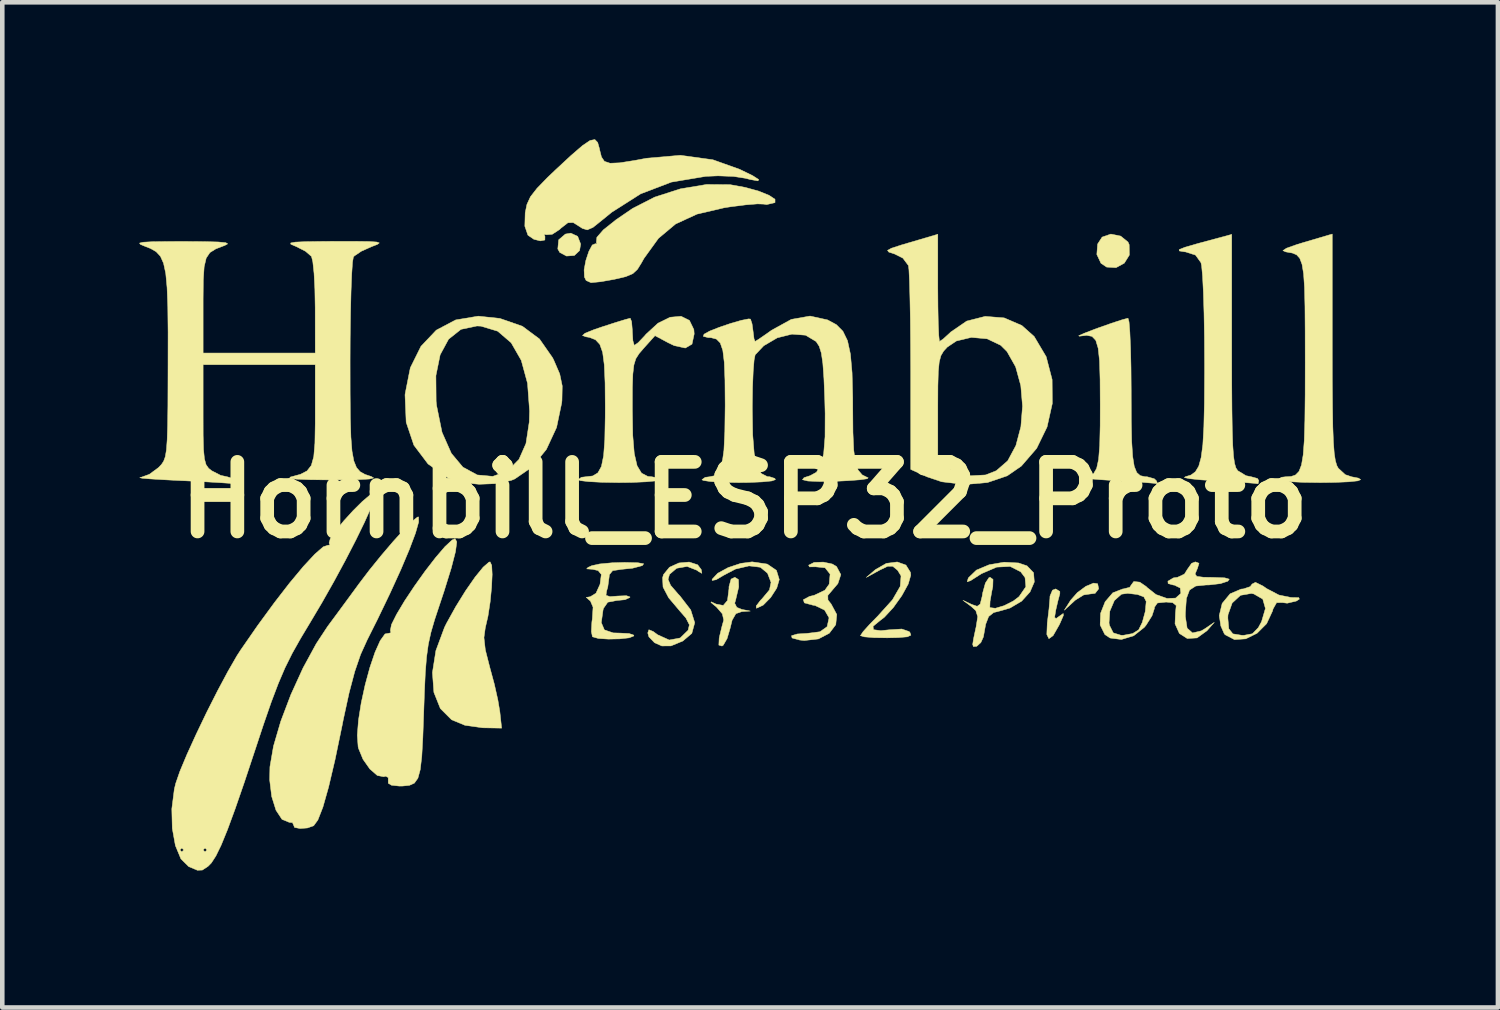
<source format=kicad_pcb>
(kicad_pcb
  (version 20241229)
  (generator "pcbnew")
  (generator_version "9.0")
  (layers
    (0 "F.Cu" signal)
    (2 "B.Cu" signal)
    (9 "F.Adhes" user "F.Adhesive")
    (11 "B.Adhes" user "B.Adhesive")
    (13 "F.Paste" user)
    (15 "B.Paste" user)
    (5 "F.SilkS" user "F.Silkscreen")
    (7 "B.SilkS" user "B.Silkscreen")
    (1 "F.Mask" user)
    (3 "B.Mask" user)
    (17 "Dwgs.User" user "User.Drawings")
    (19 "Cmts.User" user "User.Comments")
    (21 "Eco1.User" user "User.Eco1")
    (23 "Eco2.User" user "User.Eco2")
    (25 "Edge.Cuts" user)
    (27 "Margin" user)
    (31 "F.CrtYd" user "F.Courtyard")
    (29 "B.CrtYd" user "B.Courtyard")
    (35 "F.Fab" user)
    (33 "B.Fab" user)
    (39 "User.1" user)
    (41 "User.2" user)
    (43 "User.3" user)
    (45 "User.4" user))
  (footprint "Hornbill_ESP32_Proto"
    (layer "F.Cu")
    (at 13.25 7.897)
    (property "Reference" "Hornbill_ESP32_Proto" (at 0 0 0) (layer "F.SilkS") (effects (font (size 1.524 1.524) (thickness 0.3))))
    (attr through_hole)
    (fp_poly (pts (xy -3.652 -5.772) (xy -3.587 -5.604) (xy -3.61 -5.461) (xy -3.725 -5.353) (xy -3.896 -5.341) (xy -4.044 -5.419) (xy -4.087 -5.496) (xy -4.068 -5.697) (xy -3.921 -5.822) (xy -3.802 -5.842) (xy -3.652 -5.772)) (stroke (width 0.01) (type solid)) (fill yes) (layer "F.SilkS"))
    (fp_poly (pts (xy 7.733 1.834) (xy 7.755 1.945) (xy 7.678 2.044) (xy 7.566 2.058) (xy 7.426 2.079) (xy 7.246 2.191) (xy 7.222 2.212) (xy 7.003 2.413) (xy 7.143 2.193) (xy 7.29 2.026) (xy 7.475 1.89) (xy 7.643 1.82) (xy 7.733 1.834)) (stroke (width 0.01) (type solid)) (fill yes) (layer "F.SilkS"))
    (fp_poly (pts (xy 8.237 -5.778) (xy 8.397 -5.648) (xy 8.423 -5.591) (xy 8.427 -5.363) (xy 8.316 -5.185) (xy 8.135 -5.087) (xy 7.93 -5.099) (xy 7.806 -5.182) (xy 7.715 -5.376) (xy 7.732 -5.604) (xy 7.831 -5.756) (xy 8.022 -5.822) (xy 8.237 -5.778)) (stroke (width 0.01) (type solid)) (fill yes) (layer "F.SilkS"))
    (fp_poly (pts (xy 6.905 2.002) (xy 6.905 2.053) (xy 6.863 2.21) (xy 6.817 2.407) (xy 6.79 2.57) (xy 6.823 2.596) (xy 6.901 2.54) (xy 6.979 2.485) (xy 6.983 2.528) (xy 6.911 2.694) (xy 6.891 2.736) (xy 6.758 2.969) (xy 6.665 3.037) (xy 6.62 2.944) (xy 6.63 2.692) (xy 6.635 2.655) (xy 6.668 2.383) (xy 6.687 2.161) (xy 6.689 2.105) (xy 6.744 1.974) (xy 6.813 1.947) (xy 6.905 2.002)) (stroke (width 0.01) (type solid)) (fill yes) (layer "F.SilkS"))
    (fp_poly (pts (xy 0.498 1.403) (xy 0.7 1.541) (xy 0.762 1.742) (xy 0.707 1.929) (xy 0.574 2.135) (xy 0.41 2.302) (xy 0.262 2.371) (xy 0.262 2.371) (xy 0.257 2.32) (xy 0.353 2.195) (xy 0.385 2.163) (xy 0.547 1.969) (xy 0.582 1.804) (xy 0.505 1.604) (xy 0.505 1.603) (xy 0.348 1.473) (xy 0.1 1.443) (xy -0.196 1.512) (xy -0.449 1.645) (xy -0.622 1.746) (xy -0.708 1.762) (xy -0.708 1.736) (xy -0.586 1.605) (xy -0.357 1.48) (xy -0.081 1.388) (xy 0.167 1.355) (xy 0.498 1.403)) (stroke (width 0.01) (type solid)) (fill yes) (layer "F.SilkS"))
    (fp_poly (pts (xy -5.534 1.431) (xy -5.524 1.631) (xy -5.537 1.912) (xy -5.568 2.231) (xy -5.616 2.545) (xy -5.675 2.801) (xy -5.704 3.013) (xy -5.674 3.281) (xy -5.579 3.654) (xy -5.574 3.673) (xy -5.477 4.031) (xy -5.399 4.38) (xy -5.356 4.636) (xy -5.317 4.995) (xy -5.728 4.988) (xy -6.12 4.933) (xy -6.412 4.812) (xy -6.659 4.565) (xy -6.8 4.212) (xy -6.832 3.78) (xy -6.756 3.297) (xy -6.568 2.79) (xy -6.524 2.701) (xy -6.321 2.335) (xy -6.106 1.988) (xy -5.899 1.69) (xy -5.721 1.471) (xy -5.595 1.362) (xy -5.57 1.355) (xy -5.534 1.431)) (stroke (width 0.01) (type solid)) (fill yes) (layer "F.SilkS"))
    (fp_poly (pts (xy -0.131 1.743) (xy -0.126 1.904) (xy -0.195 2.196) (xy -0.214 2.26) (xy -0.168 2.351) (xy -0.059 2.396) (xy 0.127 2.432) (xy -0.059 2.444) (xy -0.188 2.489) (xy -0.27 2.631) (xy -0.314 2.809) (xy -0.381 3.035) (xy -0.464 3.179) (xy -0.492 3.198) (xy -0.561 3.177) (xy -0.554 3.027) (xy -0.547 2.993) (xy -0.494 2.772) (xy -0.454 2.628) (xy -0.485 2.492) (xy -0.61 2.347) (xy -0.734 2.243) (xy -0.728 2.23) (xy -0.622 2.279) (xy -0.464 2.309) (xy -0.372 2.2) (xy -0.339 1.942) (xy -0.339 1.898) (xy -0.293 1.732) (xy -0.21 1.693) (xy -0.131 1.743)) (stroke (width 0.01) (type solid)) (fill yes) (layer "F.SilkS"))
    (fp_poly (pts (xy -1.025 1.419) (xy -0.946 1.524) (xy -0.933 1.606) (xy -1.008 1.564) (xy -1.04 1.539) (xy -1.255 1.455) (xy -1.485 1.495) (xy -1.641 1.628) (xy -1.673 1.738) (xy -1.617 1.869) (xy -1.451 2.061) (xy -1.416 2.097) (xy -1.177 2.407) (xy -1.089 2.687) (xy -1.153 2.921) (xy -1.35 3.088) (xy -1.61 3.195) (xy -1.809 3.196) (xy -1.968 3.126) (xy -2.092 2.997) (xy -2.117 2.911) (xy -2.093 2.841) (xy -1.999 2.879) (xy -1.9 2.952) (xy -1.647 3.066) (xy -1.407 3.021) (xy -1.234 2.852) (xy -1.206 2.733) (xy -1.282 2.584) (xy -1.41 2.437) (xy -1.66 2.141) (xy -1.783 1.907) (xy -1.793 1.703) (xy -1.772 1.632) (xy -1.642 1.473) (xy -1.436 1.379) (xy -1.211 1.359) (xy -1.025 1.419)) (stroke (width 0.01) (type solid)) (fill yes) (layer "F.SilkS"))
    (fp_poly (pts (xy 1.923 1.402) (xy 2.015 1.456) (xy 2.11 1.634) (xy 2.045 1.831) (xy 1.94 1.954) (xy 1.825 2.09) (xy 1.828 2.19) (xy 1.898 2.278) (xy 2.021 2.508) (xy 1.999 2.73) (xy 1.858 2.917) (xy 1.62 3.042) (xy 1.31 3.077) (xy 1.206 3.066) (xy 1.042 3.021) (xy 1.03 2.972) (xy 1.155 2.934) (xy 1.366 2.921) (xy 1.654 2.885) (xy 1.81 2.773) (xy 1.852 2.58) (xy 1.755 2.411) (xy 1.545 2.31) (xy 1.494 2.302) (xy 1.311 2.253) (xy 1.289 2.183) (xy 1.425 2.111) (xy 1.526 2.087) (xy 1.76 1.976) (xy 1.855 1.843) (xy 1.875 1.623) (xy 1.765 1.484) (xy 1.553 1.463) (xy 1.423 1.465) (xy 1.405 1.427) (xy 1.525 1.367) (xy 1.725 1.36) (xy 1.923 1.402)) (stroke (width 0.01) (type solid)) (fill yes) (layer "F.SilkS"))
    (fp_poly (pts (xy 3.535 1.425) (xy 3.635 1.586) (xy 3.641 1.647) (xy 3.586 1.839) (xy 3.446 2.093) (xy 3.26 2.354) (xy 3.063 2.567) (xy 2.963 2.644) (xy 2.815 2.766) (xy 2.825 2.84) (xy 2.985 2.861) (xy 3.162 2.843) (xy 3.445 2.825) (xy 3.605 2.881) (xy 3.623 2.9) (xy 3.644 2.96) (xy 3.566 2.996) (xy 3.363 3.013) (xy 3.128 3.018) (xy 2.837 3.014) (xy 2.627 2.997) (xy 2.54 2.971) (xy 2.54 2.969) (xy 2.596 2.885) (xy 2.741 2.723) (xy 2.916 2.545) (xy 3.24 2.186) (xy 3.41 1.892) (xy 3.428 1.662) (xy 3.354 1.54) (xy 3.247 1.452) (xy 3.138 1.45) (xy 2.959 1.536) (xy 2.939 1.547) (xy 2.667 1.696) (xy 2.867 1.525) (xy 3.106 1.388) (xy 3.344 1.357) (xy 3.535 1.425)) (stroke (width 0.01) (type solid)) (fill yes) (layer "F.SilkS"))
    (fp_poly (pts (xy -0.312 -6.904) (xy -0.309 -6.903) (xy 0.016 -6.844) (xy 0.31 -6.763) (xy 0.538 -6.671) (xy 0.669 -6.584) (xy 0.669 -6.513) (xy 0.663 -6.509) (xy 0.485 -6.468) (xy 0.423 -6.478) (xy 0.285 -6.483) (xy 0.027 -6.462) (xy -0.304 -6.42) (xy -0.444 -6.398) (xy -1.039 -6.259) (xy -1.508 -6.043) (xy -1.883 -5.729) (xy -2.198 -5.293) (xy -2.257 -5.189) (xy -2.343 -5.05) (xy -2.444 -4.956) (xy -2.6 -4.89) (xy -2.852 -4.831) (xy -3.146 -4.779) (xy -3.36 -4.758) (xy -3.467 -4.806) (xy -3.504 -4.882) (xy -3.511 -5.039) (xy -3.473 -5.244) (xy -3.407 -5.443) (xy -3.332 -5.583) (xy -3.263 -5.612) (xy -3.261 -5.61) (xy -3.227 -5.604) (xy -3.243 -5.639) (xy -3.232 -5.751) (xy -3.091 -5.913) (xy -2.813 -6.135) (xy -2.45 -6.383) (xy -1.966 -6.631) (xy -1.404 -6.812) (xy -0.83 -6.908) (xy -0.312 -6.904)) (stroke (width 0.01) (type solid)) (fill yes) (layer "F.SilkS"))
    (fp_poly (pts (xy -7.134 0.483) (xy -7.203 0.726) (xy -7.336 1.079) (xy -7.523 1.523) (xy -7.759 2.04) (xy -8.033 2.61) (xy -8.261 3.065) (xy -8.405 3.383) (xy -8.533 3.756) (xy -8.656 4.22) (xy -8.784 4.809) (xy -8.807 4.927) (xy -8.965 5.689) (xy -9.106 6.287) (xy -9.23 6.725) (xy -9.34 7.006) (xy -9.432 7.132) (xy -9.569 7.181) (xy -9.73 7.193) (xy -9.851 7.17) (xy -9.87 7.122) (xy -9.896 7.064) (xy -9.967 7.058) (xy -10.125 6.993) (xy -10.257 6.793) (xy -10.351 6.493) (xy -10.396 6.127) (xy -10.39 5.843) (xy -10.312 5.39) (xy -10.153 4.847) (xy -9.931 4.261) (xy -9.665 3.678) (xy -9.375 3.145) (xy -9.126 2.767) (xy -8.932 2.505) (xy -8.69 2.176) (xy -8.453 1.853) (xy -8.453 1.852) (xy -8.212 1.535) (xy -7.95 1.212) (xy -7.692 0.909) (xy -7.458 0.651) (xy -7.273 0.464) (xy -7.159 0.374) (xy -7.136 0.371) (xy -7.134 0.483)) (stroke (width 0.01) (type solid)) (fill yes) (layer "F.SilkS"))
    (fp_poly (pts (xy 11.353 1.884) (xy 11.431 1.939) (xy 11.702 2.081) (xy 11.966 2.135) (xy 11.973 2.135) (xy 12.136 2.138) (xy 12.149 2.17) (xy 12.084 2.212) (xy 11.883 2.26) (xy 11.777 2.246) (xy 11.65 2.249) (xy 11.574 2.384) (xy 11.561 2.432) (xy 11.432 2.709) (xy 11.223 2.918) (xy 10.976 3.04) (xy 10.729 3.057) (xy 10.524 2.95) (xy 10.504 2.927) (xy 10.43 2.759) (xy 10.403 2.581) (xy 10.583 2.581) (xy 10.604 2.818) (xy 10.693 2.931) (xy 10.891 2.963) (xy 10.937 2.963) (xy 11.12 2.929) (xy 11.251 2.795) (xy 11.322 2.662) (xy 11.406 2.375) (xy 11.348 2.17) (xy 11.152 2.057) (xy 11.097 2.046) (xy 10.861 2.087) (xy 10.678 2.256) (xy 10.587 2.512) (xy 10.583 2.581) (xy 10.403 2.581) (xy 10.395 2.532) (xy 10.459 2.265) (xy 10.633 2.054) (xy 10.874 1.951) (xy 10.924 1.947) (xy 11.073 1.897) (xy 11.114 1.841) (xy 11.188 1.803) (xy 11.353 1.884)) (stroke (width 0.01) (type solid)) (fill yes) (layer "F.SilkS"))
    (fp_poly (pts (xy 12.869 -3.353) (xy 12.87 -2.624) (xy 12.875 -2.045) (xy 12.882 -1.597) (xy 12.895 -1.263) (xy 12.913 -1.023) (xy 12.938 -0.859) (xy 12.971 -0.751) (xy 13.001 -0.696) (xy 13.155 -0.554) (xy 13.292 -0.508) (xy 13.445 -0.478) (xy 13.491 -0.445) (xy 13.429 -0.419) (xy 13.229 -0.398) (xy 12.926 -0.385) (xy 12.607 -0.381) (xy 12.235 -0.386) (xy 11.934 -0.401) (xy 11.74 -0.423) (xy 11.684 -0.445) (xy 11.755 -0.497) (xy 11.847 -0.508) (xy 11.97 -0.515) (xy 12.067 -0.549) (xy 12.142 -0.627) (xy 12.196 -0.767) (xy 12.233 -0.987) (xy 12.257 -1.306) (xy 12.27 -1.74) (xy 12.276 -2.309) (xy 12.277 -3.001) (xy 12.276 -3.696) (xy 12.272 -4.24) (xy 12.262 -4.653) (xy 12.242 -4.953) (xy 12.208 -5.16) (xy 12.158 -5.292) (xy 12.089 -5.368) (xy 11.996 -5.407) (xy 11.877 -5.428) (xy 11.853 -5.432) (xy 11.789 -5.46) (xy 11.868 -5.513) (xy 12.1 -5.595) (xy 12.255 -5.642) (xy 12.869 -5.823) (xy 12.869 -3.353)) (stroke (width 0.01) (type solid)) (fill yes) (layer "F.SilkS"))
    (fp_poly (pts (xy 10.668 -3.295) (xy 10.669 -2.562) (xy 10.673 -1.981) (xy 10.68 -1.532) (xy 10.691 -1.198) (xy 10.708 -0.96) (xy 10.731 -0.8) (xy 10.761 -0.701) (xy 10.8 -0.642) (xy 10.801 -0.641) (xy 10.981 -0.532) (xy 11.097 -0.508) (xy 11.232 -0.471) (xy 11.261 -0.423) (xy 11.245 -0.354) (xy 11.239 -0.355) (xy 11.152 -0.366) (xy 10.931 -0.383) (xy 10.613 -0.403) (xy 10.329 -0.419) (xy 9.991 -0.441) (xy 9.75 -0.466) (xy 9.633 -0.49) (xy 9.65 -0.508) (xy 9.774 -0.546) (xy 9.872 -0.617) (xy 9.946 -0.739) (xy 9.999 -0.931) (xy 10.036 -1.212) (xy 10.058 -1.601) (xy 10.07 -2.116) (xy 10.074 -2.778) (xy 10.074 -2.979) (xy 10.071 -3.557) (xy 10.062 -4.087) (xy 10.048 -4.544) (xy 10.03 -4.901) (xy 10.009 -5.131) (xy 9.995 -5.196) (xy 9.876 -5.362) (xy 9.656 -5.432) (xy 9.635 -5.434) (xy 9.52 -5.453) (xy 9.518 -5.483) (xy 9.646 -5.534) (xy 9.919 -5.613) (xy 10.012 -5.638) (xy 10.668 -5.815) (xy 10.668 -3.295)) (stroke (width 0.01) (type solid)) (fill yes) (layer "F.SilkS"))
    (fp_poly (pts (xy 8.42 -3.899) (xy 8.438 -3.675) (xy 8.453 -3.333) (xy 8.463 -2.9) (xy 8.467 -2.4) (xy 8.467 -2.345) (xy 8.469 -1.741) (xy 8.478 -1.285) (xy 8.499 -0.956) (xy 8.534 -0.736) (xy 8.589 -0.601) (xy 8.666 -0.533) (xy 8.771 -0.509) (xy 8.817 -0.508) (xy 8.972 -0.465) (xy 9.017 -0.423) (xy 9.049 -0.355) (xy 9.043 -0.355) (xy 8.953 -0.367) (xy 8.73 -0.385) (xy 8.411 -0.406) (xy 8.128 -0.423) (xy 7.785 -0.445) (xy 7.536 -0.466) (xy 7.408 -0.483) (xy 7.413 -0.491) (xy 7.546 -0.516) (xy 7.643 -0.575) (xy 7.711 -0.693) (xy 7.754 -0.891) (xy 7.778 -1.194) (xy 7.788 -1.625) (xy 7.789 -2.087) (xy 7.786 -2.64) (xy 7.774 -3.045) (xy 7.744 -3.323) (xy 7.692 -3.495) (xy 7.61 -3.582) (xy 7.493 -3.605) (xy 7.333 -3.586) (xy 7.333 -3.586) (xy 7.318 -3.596) (xy 7.438 -3.65) (xy 7.669 -3.739) (xy 7.742 -3.766) (xy 8.037 -3.87) (xy 8.269 -3.946) (xy 8.393 -3.979) (xy 8.398 -3.979) (xy 8.42 -3.899)) (stroke (width 0.01) (type solid)) (fill yes) (layer "F.SilkS"))
    (fp_poly (pts (xy -6.299 0.917) (xy -6.327 1.131) (xy -6.42 1.491) (xy -6.578 2.001) (xy -6.673 2.286) (xy -6.784 2.621) (xy -6.865 2.899) (xy -6.922 3.159) (xy -6.961 3.442) (xy -6.988 3.785) (xy -7.008 4.229) (xy -7.022 4.639) (xy -7.042 5.2) (xy -7.065 5.614) (xy -7.099 5.904) (xy -7.15 6.091) (xy -7.227 6.199) (xy -7.336 6.248) (xy -7.485 6.263) (xy -7.556 6.264) (xy -7.729 6.245) (xy -7.799 6.202) (xy -7.8 6.078) (xy -7.853 6.047) (xy -7.9 6.059) (xy -8.039 6.032) (xy -8.202 5.89) (xy -8.352 5.677) (xy -8.451 5.437) (xy -8.459 5.403) (xy -8.477 5.152) (xy -8.451 4.821) (xy -8.391 4.442) (xy -8.305 4.047) (xy -8.202 3.668) (xy -8.089 3.334) (xy -7.975 3.079) (xy -7.87 2.933) (xy -7.792 2.919) (xy -7.741 2.908) (xy -7.753 2.852) (xy -7.728 2.726) (xy -7.616 2.502) (xy -7.442 2.211) (xy -7.226 1.886) (xy -6.992 1.558) (xy -6.761 1.259) (xy -6.557 1.021) (xy -6.401 0.876) (xy -6.336 0.847) (xy -6.299 0.917)) (stroke (width 0.01) (type solid)) (fill yes) (layer "F.SilkS"))
    (fp_poly (pts (xy -3.214 -7.828) (xy -3.175 -7.691) (xy -3.17 -7.663) (xy -3.131 -7.509) (xy -3.066 -7.414) (xy -2.942 -7.373) (xy -2.732 -7.382) (xy -2.403 -7.434) (xy -2.146 -7.482) (xy -1.403 -7.547) (xy -0.691 -7.449) (xy -0.106 -7.24) (xy 0.178 -7.102) (xy 0.312 -7.016) (xy 0.296 -6.987) (xy 0.125 -7.017) (xy 0.021 -7.044) (xy -0.237 -7.084) (xy -0.578 -7.097) (xy -0.847 -7.086) (xy -1.6 -6.96) (xy -2.273 -6.703) (xy -2.905 -6.301) (xy -3.121 -6.125) (xy -3.317 -5.968) (xy -3.442 -5.914) (xy -3.549 -5.946) (xy -3.595 -5.977) (xy -3.75 -6.074) (xy -3.866 -6.07) (xy -4.014 -5.955) (xy -4.049 -5.922) (xy -4.21 -5.817) (xy -4.332 -5.808) (xy -4.389 -5.817) (xy -4.368 -5.77) (xy -4.37 -5.692) (xy -4.47 -5.673) (xy -4.611 -5.708) (xy -4.736 -5.794) (xy -4.742 -5.8) (xy -4.809 -5.995) (xy -4.801 -6.287) (xy -4.763 -6.472) (xy -4.686 -6.639) (xy -4.543 -6.823) (xy -4.311 -7.062) (xy -4.144 -7.221) (xy -3.795 -7.545) (xy -3.547 -7.759) (xy -3.381 -7.871) (xy -3.276 -7.892) (xy -3.214 -7.828)) (stroke (width 0.01) (type solid)) (fill yes) (layer "F.SilkS"))
    (fp_poly (pts (xy -2.335 1.374) (xy -2.207 1.397) (xy -2.236 1.436) (xy -2.244 1.439) (xy -2.451 1.494) (xy -2.688 1.518) (xy -2.886 1.547) (xy -2.959 1.637) (xy -2.963 1.686) (xy -2.993 1.907) (xy -3.019 1.994) (xy -3.032 2.087) (xy -2.945 2.116) (xy -2.771 2.103) (xy -2.585 2.096) (xy -2.506 2.123) (xy -2.509 2.134) (xy -2.614 2.183) (xy -2.797 2.201) (xy -2.993 2.238) (xy -3.087 2.373) (xy -3.096 2.406) (xy -3.135 2.685) (xy -3.067 2.845) (xy -2.873 2.91) (xy -2.732 2.914) (xy -2.526 2.924) (xy -2.423 2.959) (xy -2.422 2.977) (xy -2.525 3.018) (xy -2.733 3.041) (xy -2.978 3.046) (xy -3.198 3.032) (xy -3.325 2.996) (xy -3.329 2.993) (xy -3.352 2.881) (xy -3.341 2.672) (xy -3.331 2.603) (xy -3.315 2.347) (xy -3.374 2.21) (xy -3.396 2.194) (xy -3.464 2.133) (xy -3.375 2.118) (xy -3.251 2.041) (xy -3.162 1.845) (xy -3.134 1.63) (xy -3.205 1.545) (xy -3.323 1.518) (xy -3.455 1.508) (xy -3.424 1.475) (xy -3.344 1.439) (xy -3.173 1.401) (xy -2.897 1.375) (xy -2.625 1.367) (xy -2.335 1.374)) (stroke (width 0.01) (type solid)) (fill yes) (layer "F.SilkS"))
    (fp_poly (pts (xy -5.355 -3.975) (xy -4.863 -3.804) (xy -4.488 -3.525) (xy -4.202 -3.115) (xy -4.177 -3.066) (xy -4.045 -2.76) (xy -3.99 -2.497) (xy -3.996 -2.183) (xy -4.001 -2.129) (xy -4.114 -1.588) (xy -4.337 -1.108) (xy -4.649 -0.722) (xy -5.029 -0.461) (xy -5.107 -0.429) (xy -5.425 -0.359) (xy -5.81 -0.344) (xy -6.184 -0.381) (xy -6.473 -0.47) (xy -6.477 -0.472) (xy -6.928 -0.789) (xy -7.238 -1.2) (xy -7.407 -1.702) (xy -7.432 -2.296) (xy -7.43 -2.321) (xy -7.351 -2.722) (xy -6.756 -2.722) (xy -6.751 -2.162) (xy -6.741 -2.067) (xy -6.622 -1.482) (xy -6.418 -1.021) (xy -6.165 -0.719) (xy -5.85 -0.548) (xy -5.511 -0.517) (xy -5.198 -0.63) (xy -5.183 -0.64) (xy -4.938 -0.888) (xy -4.784 -1.236) (xy -4.712 -1.707) (xy -4.705 -1.947) (xy -4.75 -2.555) (xy -4.887 -3.057) (xy -5.108 -3.442) (xy -5.404 -3.696) (xy -5.769 -3.806) (xy -5.857 -3.81) (xy -6.207 -3.736) (xy -6.478 -3.521) (xy -6.663 -3.179) (xy -6.756 -2.722) (xy -7.351 -2.722) (xy -7.316 -2.895) (xy -7.083 -3.365) (xy -6.748 -3.718) (xy -6.324 -3.942) (xy -5.828 -4.025) (xy -5.355 -3.975)) (stroke (width 0.01) (type solid)) (fill yes) (layer "F.SilkS"))
    (fp_poly (pts (xy 6 1.379) (xy 6.186 1.442) (xy 6.33 1.593) (xy 6.346 1.795) (xy 6.252 2.013) (xy 6.069 2.215) (xy 5.815 2.365) (xy 5.639 2.417) (xy 5.455 2.465) (xy 5.346 2.552) (xy 5.281 2.721) (xy 5.231 2.999) (xy 5.176 3.121) (xy 5.085 3.204) (xy 5.011 3.209) (xy 4.997 3.161) (xy 5.016 3.038) (xy 5.061 2.826) (xy 5.072 2.777) (xy 5.107 2.555) (xy 5.065 2.422) (xy 4.964 2.33) (xy 4.784 2.196) (xy 4.973 2.286) (xy 5.095 2.328) (xy 5.161 2.28) (xy 5.205 2.106) (xy 5.216 2.034) (xy 5.275 1.819) (xy 5.353 1.701) (xy 5.378 1.693) (xy 5.442 1.739) (xy 5.437 1.897) (xy 5.414 2.008) (xy 5.377 2.219) (xy 5.372 2.346) (xy 5.377 2.357) (xy 5.493 2.371) (xy 5.685 2.314) (xy 5.888 2.211) (xy 6.013 2.115) (xy 6.161 1.899) (xy 6.143 1.699) (xy 6.048 1.572) (xy 5.818 1.455) (xy 5.521 1.47) (xy 5.19 1.613) (xy 5.132 1.65) (xy 4.948 1.768) (xy 4.877 1.79) (xy 4.897 1.72) (xy 4.906 1.701) (xy 5.079 1.535) (xy 5.358 1.418) (xy 5.685 1.362) (xy 6 1.379)) (stroke (width 0.01) (type solid)) (fill yes) (layer "F.SilkS"))
    (fp_poly (pts (xy -1.205 -3.932) (xy -1.108 -3.731) (xy -1.101 -3.635) (xy -1.149 -3.412) (xy -1.295 -3.327) (xy -1.538 -3.38) (xy -1.662 -3.439) (xy -1.959 -3.598) (xy -2.207 -3.322) (xy -2.309 -3.203) (xy -2.379 -3.093) (xy -2.421 -2.956) (xy -2.444 -2.759) (xy -2.454 -2.466) (xy -2.455 -2.044) (xy -2.455 -1.965) (xy -2.446 -1.417) (xy -2.413 -1.018) (xy -2.351 -0.749) (xy -2.254 -0.588) (xy -2.116 -0.516) (xy -2.027 -0.508) (xy -1.892 -0.481) (xy -1.863 -0.445) (xy -1.941 -0.418) (xy -2.155 -0.398) (xy -2.467 -0.384) (xy -2.752 -0.381) (xy -3.117 -0.387) (xy -3.409 -0.402) (xy -3.594 -0.424) (xy -3.641 -0.445) (xy -3.57 -0.497) (xy -3.477 -0.508) (xy -3.323 -0.526) (xy -3.21 -0.594) (xy -3.132 -0.734) (xy -3.084 -0.969) (xy -3.058 -1.321) (xy -3.049 -1.811) (xy -3.048 -2.022) (xy -3.052 -2.562) (xy -3.069 -2.957) (xy -3.105 -3.231) (xy -3.167 -3.407) (xy -3.261 -3.508) (xy -3.393 -3.56) (xy -3.471 -3.573) (xy -3.546 -3.601) (xy -3.492 -3.65) (xy -3.294 -3.73) (xy -3.115 -3.791) (xy -2.828 -3.884) (xy -2.609 -3.951) (xy -2.503 -3.979) (xy -2.501 -3.979) (xy -2.471 -3.905) (xy -2.456 -3.722) (xy -2.455 -3.683) (xy -2.443 -3.487) (xy -2.414 -3.389) (xy -2.408 -3.387) (xy -2.327 -3.445) (xy -2.189 -3.59) (xy -2.155 -3.63) (xy -1.894 -3.87) (xy -1.628 -4.001) (xy -1.388 -4.022) (xy -1.205 -3.932)) (stroke (width 0.01) (type solid)) (fill yes) (layer "F.SilkS"))
    (fp_poly (pts (xy 4.233 -4.645) (xy 4.236 -4.221) (xy 4.243 -3.865) (xy 4.254 -3.608) (xy 4.267 -3.48) (xy 4.272 -3.471) (xy 4.351 -3.525) (xy 4.495 -3.656) (xy 4.516 -3.677) (xy 4.866 -3.917) (xy 5.271 -4.02) (xy 5.686 -3.987) (xy 6.072 -3.821) (xy 6.343 -3.58) (xy 6.606 -3.137) (xy 6.736 -2.636) (xy 6.74 -2.112) (xy 6.625 -1.598) (xy 6.397 -1.13) (xy 6.063 -0.743) (xy 5.753 -0.529) (xy 5.32 -0.382) (xy 4.819 -0.338) (xy 4.318 -0.399) (xy 4 -0.506) (xy 3.641 -0.669) (xy 3.64 -1.992) (xy 4.233 -1.992) (xy 4.233 -0.844) (xy 4.508 -0.676) (xy 4.891 -0.527) (xy 5.278 -0.548) (xy 5.514 -0.641) (xy 5.764 -0.858) (xy 5.943 -1.192) (xy 6.052 -1.604) (xy 6.088 -2.054) (xy 6.05 -2.504) (xy 5.937 -2.916) (xy 5.748 -3.25) (xy 5.611 -3.387) (xy 5.313 -3.529) (xy 4.968 -3.56) (xy 4.641 -3.482) (xy 4.441 -3.348) (xy 4.358 -3.257) (xy 4.3 -3.158) (xy 4.264 -3.02) (xy 4.244 -2.811) (xy 4.235 -2.5) (xy 4.233 -2.055) (xy 4.233 -1.992) (xy 3.64 -1.992) (xy 3.64 -2.811) (xy 3.637 -3.405) (xy 3.632 -3.951) (xy 3.623 -4.422) (xy 3.613 -4.794) (xy 3.601 -5.042) (xy 3.59 -5.133) (xy 3.468 -5.296) (xy 3.283 -5.388) (xy 3.16 -5.428) (xy 3.132 -5.465) (xy 3.217 -5.512) (xy 3.435 -5.583) (xy 3.629 -5.64) (xy 4.233 -5.818) (xy 4.233 -4.645)) (stroke (width 0.01) (type solid)) (fill yes) (layer "F.SilkS"))
    (fp_poly (pts (xy -8.084 -0.154) (xy -8.094 -0.054) (xy -8.176 0.168) (xy -8.319 0.487) (xy -8.51 0.879) (xy -8.737 1.319) (xy -8.988 1.783) (xy -9.25 2.246) (xy -9.5 2.667) (xy -9.722 3.037) (xy -9.904 3.361) (xy -10.061 3.677) (xy -10.207 4.019) (xy -10.36 4.422) (xy -10.533 4.922) (xy -10.707 5.448) (xy -10.95 6.18) (xy -11.152 6.764) (xy -11.319 7.218) (xy -11.457 7.556) (xy -11.573 7.794) (xy -11.673 7.948) (xy -11.746 8.022) (xy -11.87 8.103) (xy -11.978 8.107) (xy -12.151 8.034) (xy -12.171 8.025) (xy -12.339 7.858) (xy -12.42 7.662) (xy -12.361 7.662) (xy -12.319 7.705) (xy -12.277 7.662) (xy -11.853 7.662) (xy -11.811 7.705) (xy -11.769 7.662) (xy -11.811 7.62) (xy -11.853 7.662) (xy -12.277 7.662) (xy -12.319 7.62) (xy -12.361 7.662) (xy -12.42 7.662) (xy -12.46 7.566) (xy -12.528 7.188) (xy -12.538 6.763) (xy -12.483 6.331) (xy -12.453 6.206) (xy -12.362 5.943) (xy -12.206 5.57) (xy -12.004 5.127) (xy -11.776 4.651) (xy -11.538 4.181) (xy -11.311 3.756) (xy -11.113 3.412) (xy -11.033 3.288) (xy -10.66 2.75) (xy -10.297 2.254) (xy -9.959 1.817) (xy -9.658 1.456) (xy -9.408 1.187) (xy -9.224 1.026) (xy -9.118 0.99) (xy -9.116 0.991) (xy -9.075 0.986) (xy -9.095 0.942) (xy -9.068 0.846) (xy -8.95 0.673) (xy -8.773 0.457) (xy -8.568 0.232) (xy -8.366 0.032) (xy -8.198 -0.11) (xy -8.095 -0.159) (xy -8.084 -0.154)) (stroke (width 0.01) (type solid)) (fill yes) (layer "F.SilkS"))
    (fp_poly (pts (xy 9.952 1.385) (xy 9.916 1.504) (xy 9.906 1.524) (xy 9.866 1.622) (xy 9.904 1.673) (xy 10.053 1.692) (xy 10.263 1.695) (xy 10.517 1.705) (xy 10.615 1.734) (xy 10.583 1.778) (xy 10.421 1.831) (xy 10.175 1.86) (xy 10.106 1.861) (xy 9.881 1.884) (xy 9.745 1.971) (xy 9.676 2.155) (xy 9.654 2.468) (xy 9.653 2.552) (xy 9.692 2.806) (xy 9.81 2.911) (xy 10.004 2.865) (xy 10.087 2.815) (xy 10.287 2.679) (xy 10.126 2.863) (xy 9.909 3.02) (xy 9.695 3.033) (xy 9.522 2.922) (xy 9.427 2.711) (xy 9.437 2.472) (xy 9.453 2.311) (xy 9.376 2.248) (xy 9.231 2.235) (xy 9.041 2.255) (xy 8.976 2.349) (xy 8.975 2.376) (xy 8.923 2.535) (xy 8.794 2.74) (xy 8.755 2.788) (xy 8.522 2.973) (xy 8.253 3.054) (xy 8.005 3.022) (xy 7.891 2.946) (xy 7.788 2.738) (xy 7.789 2.693) (xy 7.982 2.693) (xy 7.992 2.745) (xy 8.075 2.91) (xy 8.245 2.962) (xy 8.289 2.963) (xy 8.5 2.924) (xy 8.63 2.844) (xy 8.71 2.681) (xy 8.774 2.447) (xy 8.777 2.425) (xy 8.796 2.221) (xy 8.744 2.121) (xy 8.604 2.069) (xy 8.39 2.044) (xy 8.254 2.063) (xy 8.099 2.201) (xy 7.999 2.435) (xy 7.982 2.693) (xy 7.789 2.693) (xy 7.797 2.481) (xy 7.897 2.228) (xy 8.065 2.032) (xy 8.281 1.948) (xy 8.297 1.947) (xy 8.435 1.912) (xy 8.467 1.863) (xy 8.524 1.785) (xy 8.655 1.799) (xy 8.797 1.896) (xy 8.813 1.914) (xy 9.011 2.071) (xy 9.252 2.156) (xy 9.44 2.148) (xy 9.555 2.045) (xy 9.541 1.927) (xy 9.411 1.863) (xy 9.393 1.863) (xy 9.276 1.83) (xy 9.271 1.778) (xy 9.391 1.706) (xy 9.482 1.693) (xy 9.633 1.622) (xy 9.694 1.524) (xy 9.79 1.387) (xy 9.872 1.355) (xy 9.952 1.385)) (stroke (width 0.01) (type solid)) (fill yes) (layer "F.SilkS"))
    (fp_poly (pts (xy 1.819 -3.943) (xy 2.012 -3.839) (xy 2.155 -3.695) (xy 2.256 -3.488) (xy 2.32 -3.192) (xy 2.356 -2.784) (xy 2.37 -2.239) (xy 2.371 -2.009) (xy 2.375 -1.48) (xy 2.392 -1.095) (xy 2.428 -0.828) (xy 2.488 -0.655) (xy 2.577 -0.55) (xy 2.701 -0.488) (xy 2.709 -0.486) (xy 2.688 -0.465) (xy 2.527 -0.442) (xy 2.256 -0.422) (xy 2.053 -0.412) (xy 1.653 -0.404) (xy 1.389 -0.415) (xy 1.27 -0.444) (xy 1.305 -0.489) (xy 1.438 -0.532) (xy 1.575 -0.607) (xy 1.672 -0.76) (xy 1.734 -1.013) (xy 1.764 -1.384) (xy 1.766 -1.895) (xy 1.759 -2.178) (xy 1.74 -2.654) (xy 1.716 -2.99) (xy 1.683 -3.218) (xy 1.636 -3.366) (xy 1.571 -3.466) (xy 1.568 -3.47) (xy 1.338 -3.608) (xy 1.04 -3.631) (xy 0.719 -3.551) (xy 0.422 -3.377) (xy 0.234 -3.178) (xy 0.211 -3.064) (xy 0.191 -2.816) (xy 0.177 -2.468) (xy 0.171 -2.056) (xy 0.171 -1.987) (xy 0.18 -1.428) (xy 0.213 -1.019) (xy 0.274 -0.742) (xy 0.369 -0.579) (xy 0.501 -0.512) (xy 0.555 -0.508) (xy 0.665 -0.472) (xy 0.677 -0.445) (xy 0.599 -0.417) (xy 0.388 -0.396) (xy 0.081 -0.383) (xy -0.127 -0.381) (xy -0.473 -0.387) (xy -0.744 -0.404) (xy -0.904 -0.428) (xy -0.931 -0.445) (xy -0.86 -0.496) (xy -0.765 -0.508) (xy -0.643 -0.534) (xy -0.552 -0.625) (xy -0.49 -0.803) (xy -0.45 -1.087) (xy -0.43 -1.498) (xy -0.423 -2.056) (xy -0.423 -2.094) (xy -0.427 -2.626) (xy -0.442 -3.012) (xy -0.474 -3.275) (xy -0.53 -3.438) (xy -0.614 -3.523) (xy -0.733 -3.554) (xy -0.796 -3.556) (xy -0.902 -3.583) (xy -0.885 -3.63) (xy -0.764 -3.697) (xy -0.552 -3.781) (xy -0.302 -3.866) (xy -0.07 -3.933) (xy 0.092 -3.965) (xy 0.132 -3.96) (xy 0.166 -3.857) (xy 0.188 -3.697) (xy 0.209 -3.531) (xy 0.231 -3.471) (xy 0.307 -3.516) (xy 0.475 -3.632) (xy 0.593 -3.716) (xy 1.025 -3.954) (xy 1.436 -4.027) (xy 1.819 -3.943)) (stroke (width 0.01) (type solid)) (fill yes) (layer "F.SilkS"))
    (fp_poly (pts (xy -8.219 -5.659) (xy -8.05 -5.648) (xy -7.995 -5.628) (xy -8.037 -5.596) (xy -8.156 -5.55) (xy -8.162 -5.548) (xy -8.388 -5.447) (xy -8.542 -5.343) (xy -8.563 -5.318) (xy -8.582 -5.206) (xy -8.599 -4.949) (xy -8.614 -4.57) (xy -8.625 -4.094) (xy -8.633 -3.544) (xy -8.635 -3.043) (xy -8.634 -2.345) (xy -8.629 -1.796) (xy -8.617 -1.378) (xy -8.593 -1.071) (xy -8.553 -0.855) (xy -8.495 -0.711) (xy -8.415 -0.619) (xy -8.309 -0.56) (xy -8.174 -0.515) (xy -8.17 -0.514) (xy -8.119 -0.482) (xy -8.213 -0.459) (xy -8.46 -0.445) (xy -8.868 -0.44) (xy -9.059 -0.439) (xy -9.505 -0.444) (xy -9.807 -0.456) (xy -9.957 -0.475) (xy -9.948 -0.5) (xy -9.928 -0.506) (xy -9.722 -0.562) (xy -9.578 -0.636) (xy -9.484 -0.756) (xy -9.43 -0.95) (xy -9.405 -1.246) (xy -9.398 -1.672) (xy -9.398 -1.873) (xy -9.398 -2.963) (xy -11.853 -2.963) (xy -11.853 -1.867) (xy -11.852 -1.417) (xy -11.844 -1.105) (xy -11.824 -0.901) (xy -11.789 -0.774) (xy -11.733 -0.694) (xy -11.665 -0.64) (xy -11.468 -0.539) (xy -11.326 -0.508) (xy -11.199 -0.469) (xy -11.176 -0.423) (xy -11.192 -0.354) (xy -11.197 -0.356) (xy -11.285 -0.366) (xy -11.509 -0.381) (xy -11.839 -0.4) (xy -12.24 -0.42) (xy -12.319 -0.423) (xy -12.708 -0.443) (xy -13.007 -0.461) (xy -13.192 -0.477) (xy -13.24 -0.489) (xy -13.225 -0.491) (xy -13.03 -0.562) (xy -12.831 -0.708) (xy -12.829 -0.71) (xy -12.765 -0.777) (xy -12.717 -0.849) (xy -12.681 -0.948) (xy -12.656 -1.096) (xy -12.64 -1.315) (xy -12.63 -1.626) (xy -12.624 -2.052) (xy -12.622 -2.614) (xy -12.621 -2.975) (xy -12.62 -3.676) (xy -12.626 -4.228) (xy -12.642 -4.649) (xy -12.671 -4.961) (xy -12.719 -5.183) (xy -12.787 -5.335) (xy -12.881 -5.436) (xy -13.005 -5.507) (xy -13.123 -5.553) (xy -13.226 -5.596) (xy -13.245 -5.625) (xy -13.163 -5.644) (xy -12.962 -5.655) (xy -12.622 -5.659) (xy -12.277 -5.66) (xy -11.821 -5.657) (xy -11.52 -5.649) (xy -11.356 -5.633) (xy -11.315 -5.608) (xy -11.381 -5.572) (xy -11.388 -5.57) (xy -11.575 -5.498) (xy -11.704 -5.417) (xy -11.785 -5.297) (xy -11.83 -5.106) (xy -11.849 -4.814) (xy -11.853 -4.392) (xy -11.853 -4.265) (xy -11.853 -3.217) (xy -9.398 -3.217) (xy -9.399 -4.212) (xy -9.406 -4.615) (xy -9.424 -4.963) (xy -9.451 -5.216) (xy -9.48 -5.332) (xy -9.61 -5.445) (xy -9.82 -5.552) (xy -9.838 -5.559) (xy -9.931 -5.599) (xy -9.936 -5.627) (xy -9.835 -5.646) (xy -9.611 -5.656) (xy -9.246 -5.661) (xy -8.975 -5.663) (xy -8.522 -5.663) (xy -8.219 -5.659)) (stroke (width 0.01) (type solid)) (fill yes) (layer "F.SilkS")))
  (gr_rect
    (start -3 -3)
    (end 29.747 19.009)
    (stroke (width 0.1) (type default))
    (fill no)
    (layer "Edge.Cuts")))
</source>
